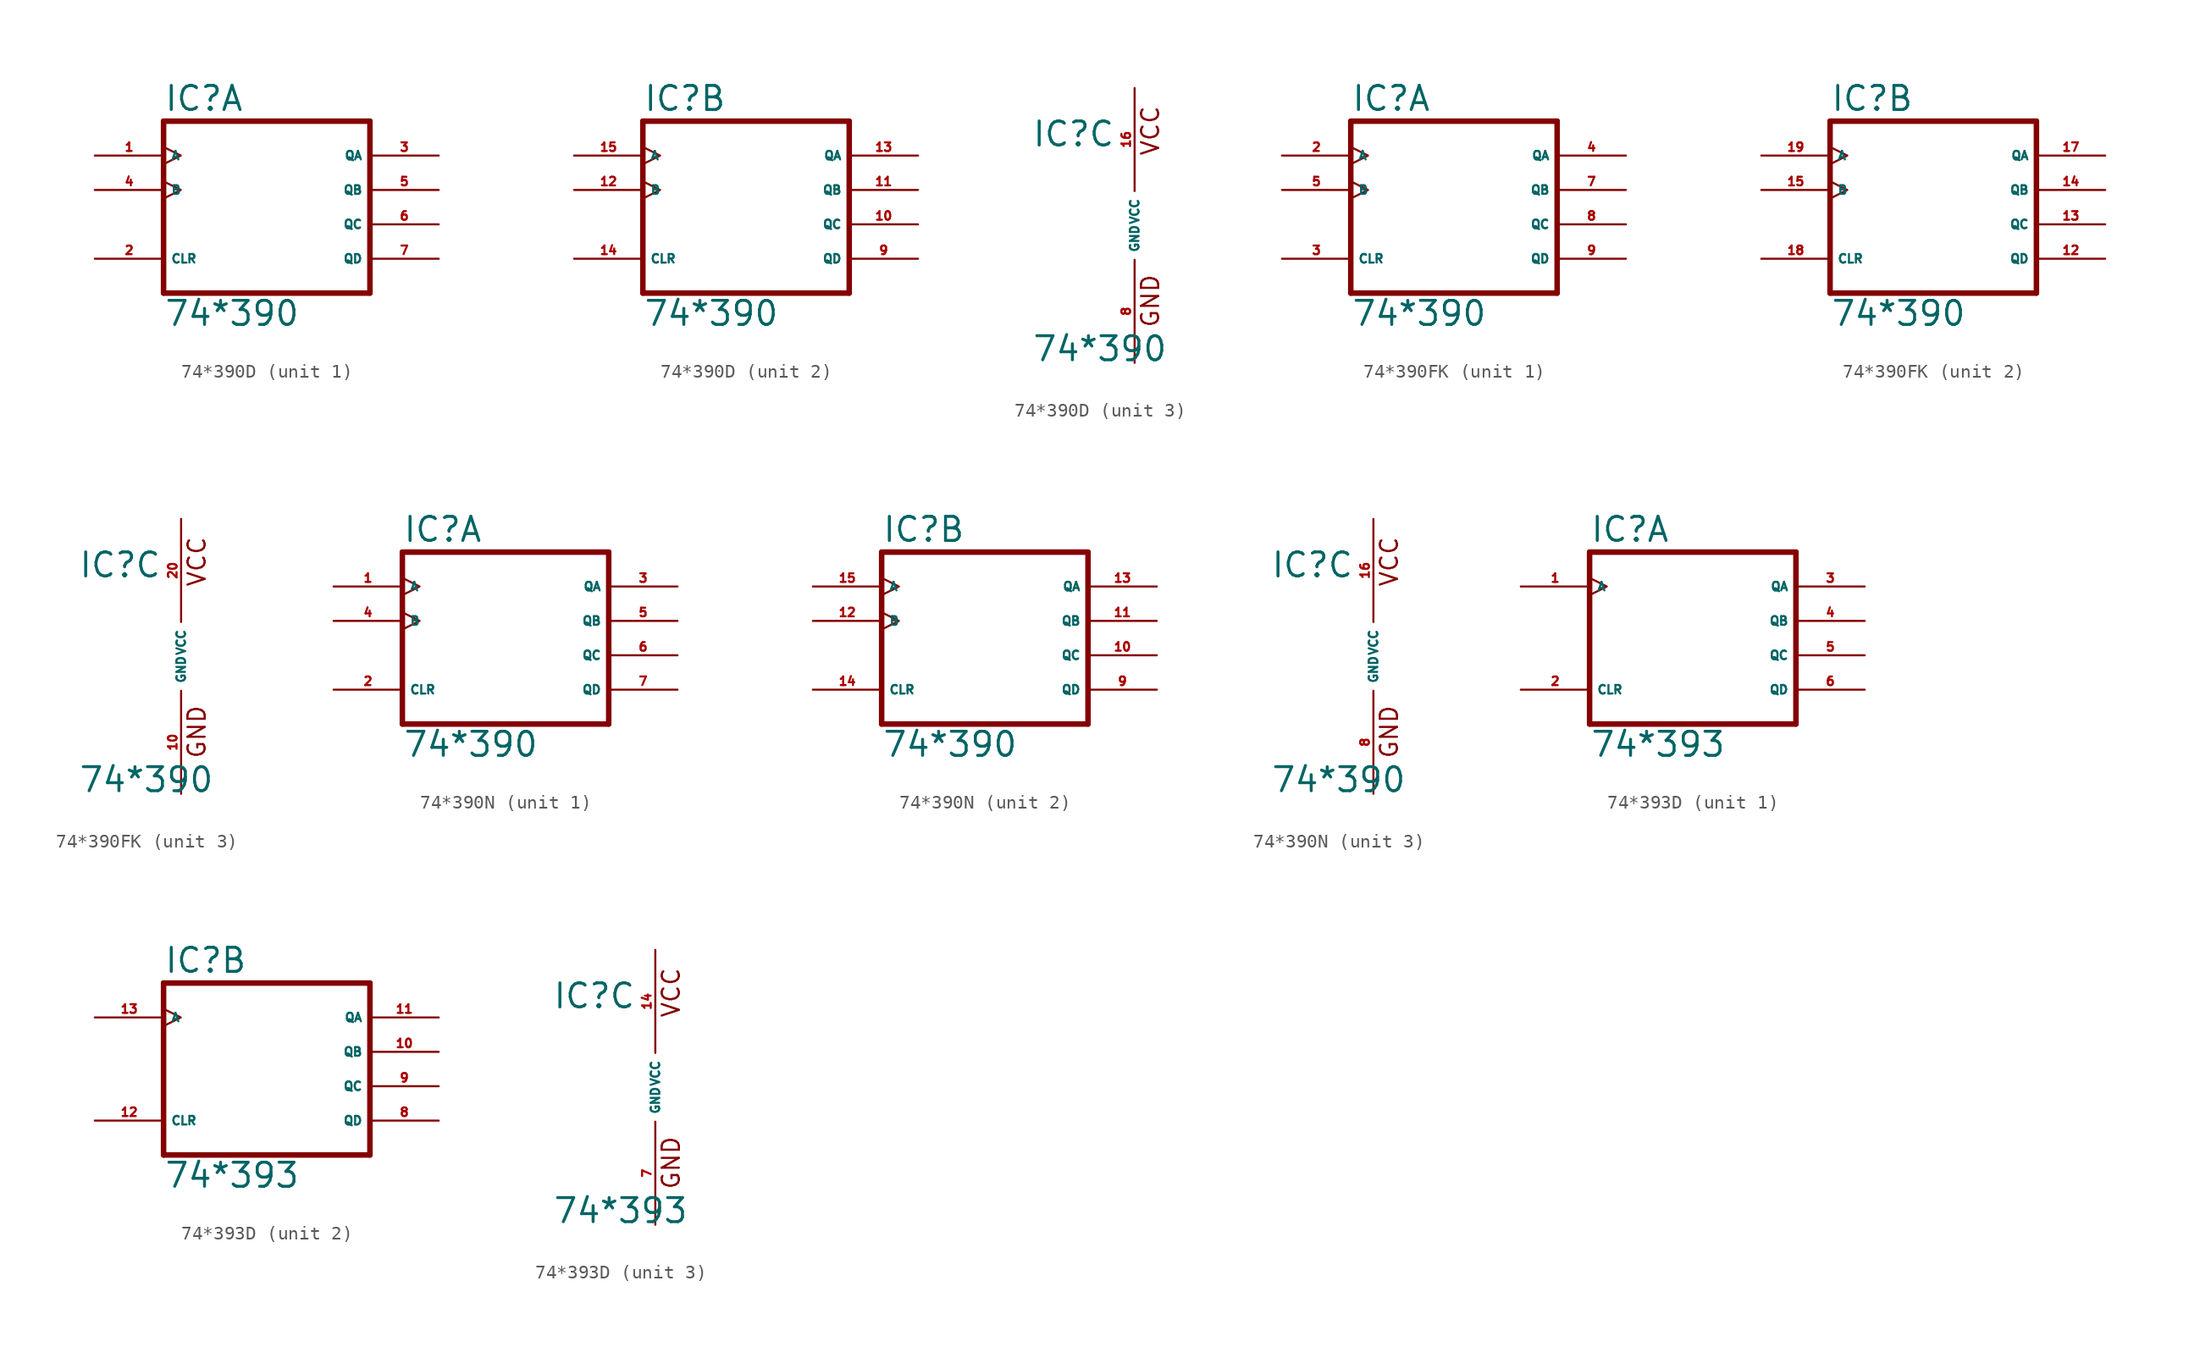
<source format=kicad_sym>
(kicad_symbol_lib
  (version 20220914)
  (generator Eagle2Kicad)
  (symbol "74*390D"
    (property "Reference" "IC"
      (at -7.62 5.715 0)
      (effects (font (size 1.778 1.778) (thickness 0.22)) (justify left bottom)))
    (property "Value" "74*390"
      (at -7.62 -10.16 0)
      (effects (font (size 1.778 1.778) (thickness 0.22)) (justify left bottom)))
    (symbol "74*390D_1_0"
      (polyline (pts (xy -7.62 -7.62) (xy 7.62 -7.62)) (stroke (width 0.406) (type default)) (fill (type none)))
      (polyline (pts (xy 7.62 -7.62) (xy 7.62 5.08)) (stroke (width 0.406) (type default)) (fill (type none)))
      (polyline (pts (xy 7.62 5.08) (xy -7.62 5.08)) (stroke (width 0.406) (type default)) (fill (type none)))
      (polyline (pts (xy -7.62 5.08) (xy -7.62 -7.62)) (stroke (width 0.406) (type default)) (fill (type none)))
      (pin input clock (at -12.7 2.54 0) (length 5.08) (name "A" (effects (font (size 0.635 0.635) (thickness 0.08)) (justify left bottom))) (number "1" (effects (font (size 0.635 0.635) (thickness 0.08)) (justify left bottom))))
      (pin input line (at -12.7 -5.08 0) (length 5.08) (name "CLR" (effects (font (size 0.635 0.635) (thickness 0.08)) (justify left bottom))) (number "2" (effects (font (size 0.635 0.635) (thickness 0.08)) (justify left bottom))))
      (pin output line (at 12.7 2.54 180) (length 5.08) (name "QA" (effects (font (size 0.635 0.635) (thickness 0.08)) (justify left bottom))) (number "3" (effects (font (size 0.635 0.635) (thickness 0.08)) (justify left bottom))))
      (pin input clock (at -12.7 0 0) (length 5.08) (name "B" (effects (font (size 0.635 0.635) (thickness 0.08)) (justify left bottom))) (number "4" (effects (font (size 0.635 0.635) (thickness 0.08)) (justify left bottom))))
      (pin output line (at 12.7 0 180) (length 5.08) (name "QB" (effects (font (size 0.635 0.635) (thickness 0.08)) (justify left bottom))) (number "5" (effects (font (size 0.635 0.635) (thickness 0.08)) (justify left bottom))))
      (pin output line (at 12.7 -2.54 180) (length 5.08) (name "QC" (effects (font (size 0.635 0.635) (thickness 0.08)) (justify left bottom))) (number "6" (effects (font (size 0.635 0.635) (thickness 0.08)) (justify left bottom))))
      (pin output line (at 12.7 -5.08 180) (length 5.08) (name "QD" (effects (font (size 0.635 0.635) (thickness 0.08)) (justify left bottom))) (number "7" (effects (font (size 0.635 0.635) (thickness 0.08)) (justify left bottom)))))
    (symbol "74*390D_2_0"
      (polyline (pts (xy -7.62 -7.62) (xy 7.62 -7.62)) (stroke (width 0.406) (type default)) (fill (type none)))
      (polyline (pts (xy 7.62 -7.62) (xy 7.62 5.08)) (stroke (width 0.406) (type default)) (fill (type none)))
      (polyline (pts (xy 7.62 5.08) (xy -7.62 5.08)) (stroke (width 0.406) (type default)) (fill (type none)))
      (polyline (pts (xy -7.62 5.08) (xy -7.62 -7.62)) (stroke (width 0.406) (type default)) (fill (type none)))
      (pin input clock (at -12.7 2.54 0) (length 5.08) (name "A" (effects (font (size 0.635 0.635) (thickness 0.08)) (justify left bottom))) (number "15" (effects (font (size 0.635 0.635) (thickness 0.08)) (justify left bottom))))
      (pin input line (at -12.7 -5.08 0) (length 5.08) (name "CLR" (effects (font (size 0.635 0.635) (thickness 0.08)) (justify left bottom))) (number "14" (effects (font (size 0.635 0.635) (thickness 0.08)) (justify left bottom))))
      (pin output line (at 12.7 2.54 180) (length 5.08) (name "QA" (effects (font (size 0.635 0.635) (thickness 0.08)) (justify left bottom))) (number "13" (effects (font (size 0.635 0.635) (thickness 0.08)) (justify left bottom))))
      (pin input clock (at -12.7 0 0) (length 5.08) (name "B" (effects (font (size 0.635 0.635) (thickness 0.08)) (justify left bottom))) (number "12" (effects (font (size 0.635 0.635) (thickness 0.08)) (justify left bottom))))
      (pin output line (at 12.7 0 180) (length 5.08) (name "QB" (effects (font (size 0.635 0.635) (thickness 0.08)) (justify left bottom))) (number "11" (effects (font (size 0.635 0.635) (thickness 0.08)) (justify left bottom))))
      (pin output line (at 12.7 -2.54 180) (length 5.08) (name "QC" (effects (font (size 0.635 0.635) (thickness 0.08)) (justify left bottom))) (number "10" (effects (font (size 0.635 0.635) (thickness 0.08)) (justify left bottom))))
      (pin output line (at 12.7 -5.08 180) (length 5.08) (name "QD" (effects (font (size 0.635 0.635) (thickness 0.08)) (justify left bottom))) (number "9" (effects (font (size 0.635 0.635) (thickness 0.08)) (justify left bottom)))))
    (symbol "74*390D_3_0"
      (text "GND" (at 1.905 -7.62 900) (effects (font (size 1.27 1.27) (thickness 0.16)) (justify left bottom)))
      (text "VCC" (at 1.905 5.08 900) (effects (font (size 1.27 1.27) (thickness 0.16)) (justify left bottom)))
      (pin unspecified line (at 0 -10.16 90) (length 7.62) (name "GND" (effects (font (size 0.635 0.635) (thickness 0.08)) (justify left bottom))) (number "8" (effects (font (size 0.635 0.635) (thickness 0.08)) (justify left bottom))))
      (pin unspecified line (at 0 10.16 270) (length 7.62) (name "VCC" (effects (font (size 0.635 0.635) (thickness 0.08)) (justify left bottom))) (number "16" (effects (font (size 0.635 0.635) (thickness 0.08)) (justify left bottom))))))
  (symbol "74*390FK"
    (property "Reference" "IC"
      (at -7.62 5.715 0)
      (effects (font (size 1.778 1.778) (thickness 0.22)) (justify left bottom)))
    (property "Value" "74*390"
      (at -7.62 -10.16 0)
      (effects (font (size 1.778 1.778) (thickness 0.22)) (justify left bottom)))
    (symbol "74*390FK_1_0"
      (polyline (pts (xy -7.62 -7.62) (xy 7.62 -7.62)) (stroke (width 0.406) (type default)) (fill (type none)))
      (polyline (pts (xy 7.62 -7.62) (xy 7.62 5.08)) (stroke (width 0.406) (type default)) (fill (type none)))
      (polyline (pts (xy 7.62 5.08) (xy -7.62 5.08)) (stroke (width 0.406) (type default)) (fill (type none)))
      (polyline (pts (xy -7.62 5.08) (xy -7.62 -7.62)) (stroke (width 0.406) (type default)) (fill (type none)))
      (pin input clock (at -12.7 2.54 0) (length 5.08) (name "A" (effects (font (size 0.635 0.635) (thickness 0.08)) (justify left bottom))) (number "2" (effects (font (size 0.635 0.635) (thickness 0.08)) (justify left bottom))))
      (pin input line (at -12.7 -5.08 0) (length 5.08) (name "CLR" (effects (font (size 0.635 0.635) (thickness 0.08)) (justify left bottom))) (number "3" (effects (font (size 0.635 0.635) (thickness 0.08)) (justify left bottom))))
      (pin output line (at 12.7 2.54 180) (length 5.08) (name "QA" (effects (font (size 0.635 0.635) (thickness 0.08)) (justify left bottom))) (number "4" (effects (font (size 0.635 0.635) (thickness 0.08)) (justify left bottom))))
      (pin input clock (at -12.7 0 0) (length 5.08) (name "B" (effects (font (size 0.635 0.635) (thickness 0.08)) (justify left bottom))) (number "5" (effects (font (size 0.635 0.635) (thickness 0.08)) (justify left bottom))))
      (pin output line (at 12.7 0 180) (length 5.08) (name "QB" (effects (font (size 0.635 0.635) (thickness 0.08)) (justify left bottom))) (number "7" (effects (font (size 0.635 0.635) (thickness 0.08)) (justify left bottom))))
      (pin output line (at 12.7 -2.54 180) (length 5.08) (name "QC" (effects (font (size 0.635 0.635) (thickness 0.08)) (justify left bottom))) (number "8" (effects (font (size 0.635 0.635) (thickness 0.08)) (justify left bottom))))
      (pin output line (at 12.7 -5.08 180) (length 5.08) (name "QD" (effects (font (size 0.635 0.635) (thickness 0.08)) (justify left bottom))) (number "9" (effects (font (size 0.635 0.635) (thickness 0.08)) (justify left bottom)))))
    (symbol "74*390FK_2_0"
      (polyline (pts (xy -7.62 -7.62) (xy 7.62 -7.62)) (stroke (width 0.406) (type default)) (fill (type none)))
      (polyline (pts (xy 7.62 -7.62) (xy 7.62 5.08)) (stroke (width 0.406) (type default)) (fill (type none)))
      (polyline (pts (xy 7.62 5.08) (xy -7.62 5.08)) (stroke (width 0.406) (type default)) (fill (type none)))
      (polyline (pts (xy -7.62 5.08) (xy -7.62 -7.62)) (stroke (width 0.406) (type default)) (fill (type none)))
      (pin input clock (at -12.7 2.54 0) (length 5.08) (name "A" (effects (font (size 0.635 0.635) (thickness 0.08)) (justify left bottom))) (number "19" (effects (font (size 0.635 0.635) (thickness 0.08)) (justify left bottom))))
      (pin input line (at -12.7 -5.08 0) (length 5.08) (name "CLR" (effects (font (size 0.635 0.635) (thickness 0.08)) (justify left bottom))) (number "18" (effects (font (size 0.635 0.635) (thickness 0.08)) (justify left bottom))))
      (pin output line (at 12.7 2.54 180) (length 5.08) (name "QA" (effects (font (size 0.635 0.635) (thickness 0.08)) (justify left bottom))) (number "17" (effects (font (size 0.635 0.635) (thickness 0.08)) (justify left bottom))))
      (pin input clock (at -12.7 0 0) (length 5.08) (name "B" (effects (font (size 0.635 0.635) (thickness 0.08)) (justify left bottom))) (number "15" (effects (font (size 0.635 0.635) (thickness 0.08)) (justify left bottom))))
      (pin output line (at 12.7 0 180) (length 5.08) (name "QB" (effects (font (size 0.635 0.635) (thickness 0.08)) (justify left bottom))) (number "14" (effects (font (size 0.635 0.635) (thickness 0.08)) (justify left bottom))))
      (pin output line (at 12.7 -2.54 180) (length 5.08) (name "QC" (effects (font (size 0.635 0.635) (thickness 0.08)) (justify left bottom))) (number "13" (effects (font (size 0.635 0.635) (thickness 0.08)) (justify left bottom))))
      (pin output line (at 12.7 -5.08 180) (length 5.08) (name "QD" (effects (font (size 0.635 0.635) (thickness 0.08)) (justify left bottom))) (number "12" (effects (font (size 0.635 0.635) (thickness 0.08)) (justify left bottom)))))
    (symbol "74*390FK_3_0"
      (text "GND" (at 1.905 -7.62 900) (effects (font (size 1.27 1.27) (thickness 0.16)) (justify left bottom)))
      (text "VCC" (at 1.905 5.08 900) (effects (font (size 1.27 1.27) (thickness 0.16)) (justify left bottom)))
      (pin unspecified line (at 0 -10.16 90) (length 7.62) (name "GND" (effects (font (size 0.635 0.635) (thickness 0.08)) (justify left bottom))) (number "10" (effects (font (size 0.635 0.635) (thickness 0.08)) (justify left bottom))))
      (pin unspecified line (at 0 10.16 270) (length 7.62) (name "VCC" (effects (font (size 0.635 0.635) (thickness 0.08)) (justify left bottom))) (number "20" (effects (font (size 0.635 0.635) (thickness 0.08)) (justify left bottom))))))
  (symbol "74*390N"
    (property "Reference" "IC"
      (at -7.62 5.715 0)
      (effects (font (size 1.778 1.778) (thickness 0.22)) (justify left bottom)))
    (property "Value" "74*390"
      (at -7.62 -10.16 0)
      (effects (font (size 1.778 1.778) (thickness 0.22)) (justify left bottom)))
    (symbol "74*390N_1_0"
      (polyline (pts (xy -7.62 -7.62) (xy 7.62 -7.62)) (stroke (width 0.406) (type default)) (fill (type none)))
      (polyline (pts (xy 7.62 -7.62) (xy 7.62 5.08)) (stroke (width 0.406) (type default)) (fill (type none)))
      (polyline (pts (xy 7.62 5.08) (xy -7.62 5.08)) (stroke (width 0.406) (type default)) (fill (type none)))
      (polyline (pts (xy -7.62 5.08) (xy -7.62 -7.62)) (stroke (width 0.406) (type default)) (fill (type none)))
      (pin input clock (at -12.7 2.54 0) (length 5.08) (name "A" (effects (font (size 0.635 0.635) (thickness 0.08)) (justify left bottom))) (number "1" (effects (font (size 0.635 0.635) (thickness 0.08)) (justify left bottom))))
      (pin input line (at -12.7 -5.08 0) (length 5.08) (name "CLR" (effects (font (size 0.635 0.635) (thickness 0.08)) (justify left bottom))) (number "2" (effects (font (size 0.635 0.635) (thickness 0.08)) (justify left bottom))))
      (pin output line (at 12.7 2.54 180) (length 5.08) (name "QA" (effects (font (size 0.635 0.635) (thickness 0.08)) (justify left bottom))) (number "3" (effects (font (size 0.635 0.635) (thickness 0.08)) (justify left bottom))))
      (pin input clock (at -12.7 0 0) (length 5.08) (name "B" (effects (font (size 0.635 0.635) (thickness 0.08)) (justify left bottom))) (number "4" (effects (font (size 0.635 0.635) (thickness 0.08)) (justify left bottom))))
      (pin output line (at 12.7 0 180) (length 5.08) (name "QB" (effects (font (size 0.635 0.635) (thickness 0.08)) (justify left bottom))) (number "5" (effects (font (size 0.635 0.635) (thickness 0.08)) (justify left bottom))))
      (pin output line (at 12.7 -2.54 180) (length 5.08) (name "QC" (effects (font (size 0.635 0.635) (thickness 0.08)) (justify left bottom))) (number "6" (effects (font (size 0.635 0.635) (thickness 0.08)) (justify left bottom))))
      (pin output line (at 12.7 -5.08 180) (length 5.08) (name "QD" (effects (font (size 0.635 0.635) (thickness 0.08)) (justify left bottom))) (number "7" (effects (font (size 0.635 0.635) (thickness 0.08)) (justify left bottom)))))
    (symbol "74*390N_2_0"
      (polyline (pts (xy -7.62 -7.62) (xy 7.62 -7.62)) (stroke (width 0.406) (type default)) (fill (type none)))
      (polyline (pts (xy 7.62 -7.62) (xy 7.62 5.08)) (stroke (width 0.406) (type default)) (fill (type none)))
      (polyline (pts (xy 7.62 5.08) (xy -7.62 5.08)) (stroke (width 0.406) (type default)) (fill (type none)))
      (polyline (pts (xy -7.62 5.08) (xy -7.62 -7.62)) (stroke (width 0.406) (type default)) (fill (type none)))
      (pin input clock (at -12.7 2.54 0) (length 5.08) (name "A" (effects (font (size 0.635 0.635) (thickness 0.08)) (justify left bottom))) (number "15" (effects (font (size 0.635 0.635) (thickness 0.08)) (justify left bottom))))
      (pin input line (at -12.7 -5.08 0) (length 5.08) (name "CLR" (effects (font (size 0.635 0.635) (thickness 0.08)) (justify left bottom))) (number "14" (effects (font (size 0.635 0.635) (thickness 0.08)) (justify left bottom))))
      (pin output line (at 12.7 2.54 180) (length 5.08) (name "QA" (effects (font (size 0.635 0.635) (thickness 0.08)) (justify left bottom))) (number "13" (effects (font (size 0.635 0.635) (thickness 0.08)) (justify left bottom))))
      (pin input clock (at -12.7 0 0) (length 5.08) (name "B" (effects (font (size 0.635 0.635) (thickness 0.08)) (justify left bottom))) (number "12" (effects (font (size 0.635 0.635) (thickness 0.08)) (justify left bottom))))
      (pin output line (at 12.7 0 180) (length 5.08) (name "QB" (effects (font (size 0.635 0.635) (thickness 0.08)) (justify left bottom))) (number "11" (effects (font (size 0.635 0.635) (thickness 0.08)) (justify left bottom))))
      (pin output line (at 12.7 -2.54 180) (length 5.08) (name "QC" (effects (font (size 0.635 0.635) (thickness 0.08)) (justify left bottom))) (number "10" (effects (font (size 0.635 0.635) (thickness 0.08)) (justify left bottom))))
      (pin output line (at 12.7 -5.08 180) (length 5.08) (name "QD" (effects (font (size 0.635 0.635) (thickness 0.08)) (justify left bottom))) (number "9" (effects (font (size 0.635 0.635) (thickness 0.08)) (justify left bottom)))))
    (symbol "74*390N_3_0"
      (text "GND" (at 1.905 -7.62 900) (effects (font (size 1.27 1.27) (thickness 0.16)) (justify left bottom)))
      (text "VCC" (at 1.905 5.08 900) (effects (font (size 1.27 1.27) (thickness 0.16)) (justify left bottom)))
      (pin unspecified line (at 0 -10.16 90) (length 7.62) (name "GND" (effects (font (size 0.635 0.635) (thickness 0.08)) (justify left bottom))) (number "8" (effects (font (size 0.635 0.635) (thickness 0.08)) (justify left bottom))))
      (pin unspecified line (at 0 10.16 270) (length 7.62) (name "VCC" (effects (font (size 0.635 0.635) (thickness 0.08)) (justify left bottom))) (number "16" (effects (font (size 0.635 0.635) (thickness 0.08)) (justify left bottom))))))
  (symbol "74*393D"
    (property "Reference" "IC"
      (at -7.62 5.715 0)
      (effects (font (size 1.778 1.778) (thickness 0.22)) (justify left bottom)))
    (property "Value" "74*393"
      (at -7.62 -10.16 0)
      (effects (font (size 1.778 1.778) (thickness 0.22)) (justify left bottom)))
    (symbol "74*393D_1_0"
      (polyline (pts (xy -7.62 -7.62) (xy 7.62 -7.62)) (stroke (width 0.406) (type default)) (fill (type none)))
      (polyline (pts (xy 7.62 -7.62) (xy 7.62 5.08)) (stroke (width 0.406) (type default)) (fill (type none)))
      (polyline (pts (xy 7.62 5.08) (xy -7.62 5.08)) (stroke (width 0.406) (type default)) (fill (type none)))
      (polyline (pts (xy -7.62 5.08) (xy -7.62 -7.62)) (stroke (width 0.406) (type default)) (fill (type none)))
      (pin input clock (at -12.7 2.54 0) (length 5.08) (name "A" (effects (font (size 0.635 0.635) (thickness 0.08)) (justify left bottom))) (number "1" (effects (font (size 0.635 0.635) (thickness 0.08)) (justify left bottom))))
      (pin input line (at -12.7 -5.08 0) (length 5.08) (name "CLR" (effects (font (size 0.635 0.635) (thickness 0.08)) (justify left bottom))) (number "2" (effects (font (size 0.635 0.635) (thickness 0.08)) (justify left bottom))))
      (pin output line (at 12.7 2.54 180) (length 5.08) (name "QA" (effects (font (size 0.635 0.635) (thickness 0.08)) (justify left bottom))) (number "3" (effects (font (size 0.635 0.635) (thickness 0.08)) (justify left bottom))))
      (pin output line (at 12.7 0 180) (length 5.08) (name "QB" (effects (font (size 0.635 0.635) (thickness 0.08)) (justify left bottom))) (number "4" (effects (font (size 0.635 0.635) (thickness 0.08)) (justify left bottom))))
      (pin output line (at 12.7 -2.54 180) (length 5.08) (name "QC" (effects (font (size 0.635 0.635) (thickness 0.08)) (justify left bottom))) (number "5" (effects (font (size 0.635 0.635) (thickness 0.08)) (justify left bottom))))
      (pin output line (at 12.7 -5.08 180) (length 5.08) (name "QD" (effects (font (size 0.635 0.635) (thickness 0.08)) (justify left bottom))) (number "6" (effects (font (size 0.635 0.635) (thickness 0.08)) (justify left bottom)))))
    (symbol "74*393D_2_0"
      (polyline (pts (xy -7.62 -7.62) (xy 7.62 -7.62)) (stroke (width 0.406) (type default)) (fill (type none)))
      (polyline (pts (xy 7.62 -7.62) (xy 7.62 5.08)) (stroke (width 0.406) (type default)) (fill (type none)))
      (polyline (pts (xy 7.62 5.08) (xy -7.62 5.08)) (stroke (width 0.406) (type default)) (fill (type none)))
      (polyline (pts (xy -7.62 5.08) (xy -7.62 -7.62)) (stroke (width 0.406) (type default)) (fill (type none)))
      (pin input clock (at -12.7 2.54 0) (length 5.08) (name "A" (effects (font (size 0.635 0.635) (thickness 0.08)) (justify left bottom))) (number "13" (effects (font (size 0.635 0.635) (thickness 0.08)) (justify left bottom))))
      (pin input line (at -12.7 -5.08 0) (length 5.08) (name "CLR" (effects (font (size 0.635 0.635) (thickness 0.08)) (justify left bottom))) (number "12" (effects (font (size 0.635 0.635) (thickness 0.08)) (justify left bottom))))
      (pin output line (at 12.7 2.54 180) (length 5.08) (name "QA" (effects (font (size 0.635 0.635) (thickness 0.08)) (justify left bottom))) (number "11" (effects (font (size 0.635 0.635) (thickness 0.08)) (justify left bottom))))
      (pin output line (at 12.7 0 180) (length 5.08) (name "QB" (effects (font (size 0.635 0.635) (thickness 0.08)) (justify left bottom))) (number "10" (effects (font (size 0.635 0.635) (thickness 0.08)) (justify left bottom))))
      (pin output line (at 12.7 -2.54 180) (length 5.08) (name "QC" (effects (font (size 0.635 0.635) (thickness 0.08)) (justify left bottom))) (number "9" (effects (font (size 0.635 0.635) (thickness 0.08)) (justify left bottom))))
      (pin output line (at 12.7 -5.08 180) (length 5.08) (name "QD" (effects (font (size 0.635 0.635) (thickness 0.08)) (justify left bottom))) (number "8" (effects (font (size 0.635 0.635) (thickness 0.08)) (justify left bottom)))))
    (symbol "74*393D_3_0"
      (text "GND" (at 1.905 -7.62 900) (effects (font (size 1.27 1.27) (thickness 0.16)) (justify left bottom)))
      (text "VCC" (at 1.905 5.08 900) (effects (font (size 1.27 1.27) (thickness 0.16)) (justify left bottom)))
      (pin unspecified line (at 0 -10.16 90) (length 7.62) (name "GND" (effects (font (size 0.635 0.635) (thickness 0.08)) (justify left bottom))) (number "7" (effects (font (size 0.635 0.635) (thickness 0.08)) (justify left bottom))))
      (pin unspecified line (at 0 10.16 270) (length 7.62) (name "VCC" (effects (font (size 0.635 0.635) (thickness 0.08)) (justify left bottom))) (number "14" (effects (font (size 0.635 0.635) (thickness 0.08)) (justify left bottom)))))))
</source>
